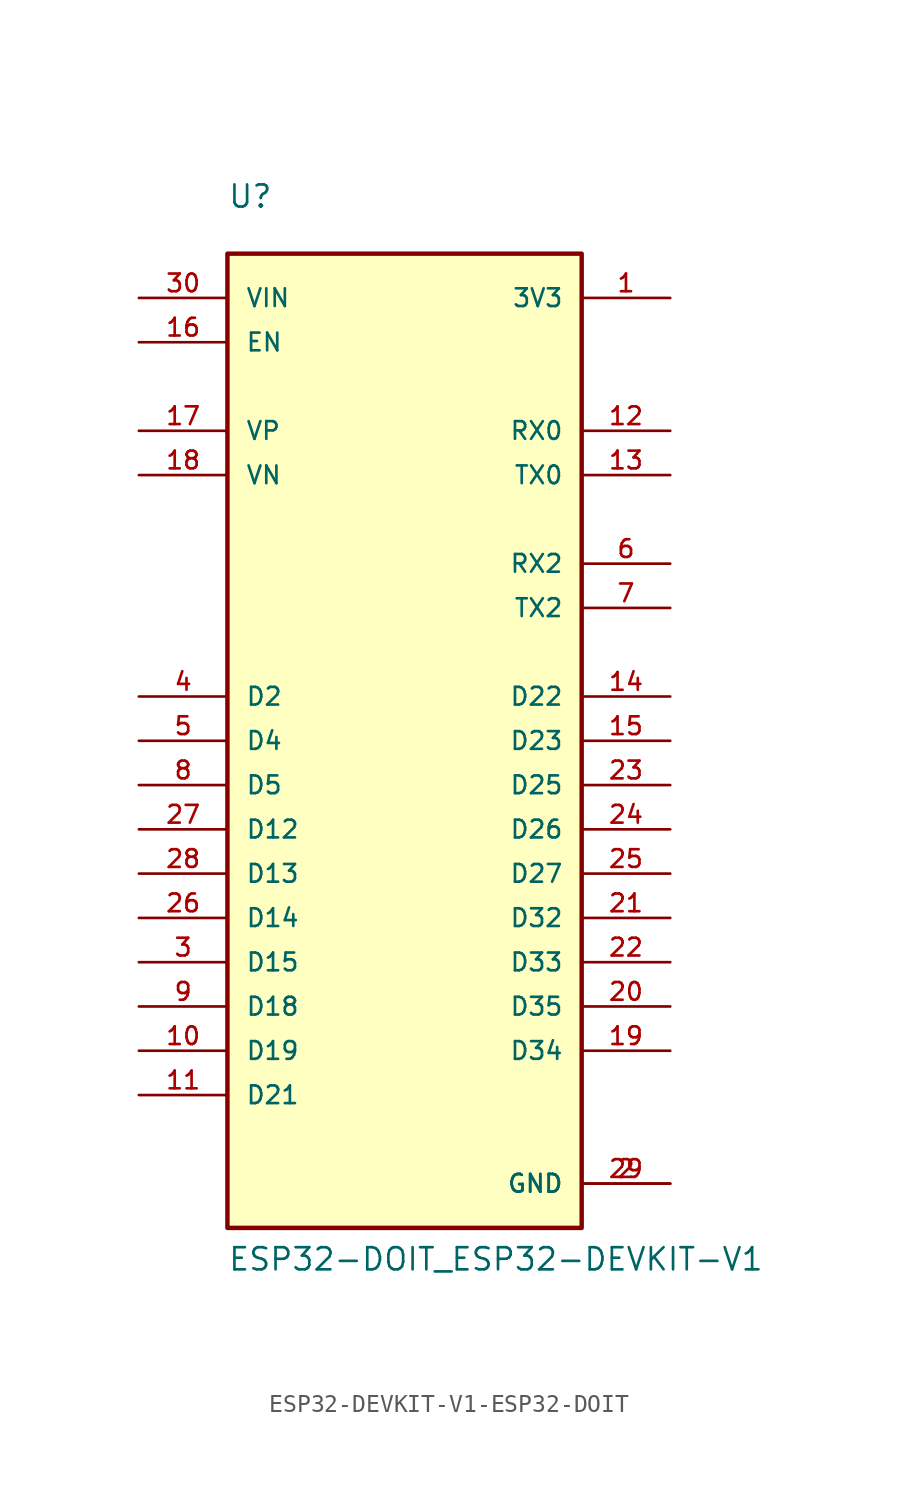
<source format=kicad_sym>
(kicad_symbol_lib
  (version 20231120)
  (generator "kicad_symbol_editor")
  (generator_version "8.0")
  (symbol "ESP32-DEVKIT-V1-ESP32-DOIT"
    (pin_names
      (offset 1.016))
    (property "Reference" "U"
      (at -10.16 30.48 0)
      (effects (font (size 1.27 1.27)) (justify left bottom)))
    (property "Value" "ESP32-DOIT_ESP32-DEVKIT-V1"
      (at -10.16 -30.48 0)
      (effects (font (size 1.27 1.27)) (justify left bottom)))
    (property "ki_locked" ""
      (at 0 0 0)
      (effects (font (size 1.27 1.27))))
    (symbol "ESP32-DEVKIT-V1-ESP32-DOIT_0_0"
      (rectangle (start -10.16 -27.94) (end 10.16 27.94) (stroke (width 0.254) (type solid)) (fill (type background)))
      (pin output line (at 15.24 25.4 180) (length 5.08) (name "3V3" (effects (font (size 1.016 1.016)))) (number "1" (effects (font (size 1.016 1.016)))))
      (pin bidirectional line (at -15.24 -17.78 0) (length 5.08) (name "D19" (effects (font (size 1.016 1.016)))) (number "10" (effects (font (size 1.016 1.016)))))
      (pin bidirectional line (at -15.24 -20.32 0) (length 5.08) (name "D21" (effects (font (size 1.016 1.016)))) (number "11" (effects (font (size 1.016 1.016)))))
      (pin input line (at 15.24 17.78 180) (length 5.08) (name "RX0" (effects (font (size 1.016 1.016)))) (number "12" (effects (font (size 1.016 1.016)))))
      (pin output line (at 15.24 15.24 180) (length 5.08) (name "TX0" (effects (font (size 1.016 1.016)))) (number "13" (effects (font (size 1.016 1.016)))))
      (pin bidirectional line (at 15.24 2.54 180) (length 5.08) (name "D22" (effects (font (size 1.016 1.016)))) (number "14" (effects (font (size 1.016 1.016)))))
      (pin bidirectional line (at 15.24 0 180) (length 5.08) (name "D23" (effects (font (size 1.016 1.016)))) (number "15" (effects (font (size 1.016 1.016)))))
      (pin input line (at -15.24 22.86 0) (length 5.08) (name "EN" (effects (font (size 1.016 1.016)))) (number "16" (effects (font (size 1.016 1.016)))))
      (pin bidirectional line (at -15.24 17.78 0) (length 5.08) (name "VP" (effects (font (size 1.016 1.016)))) (number "17" (effects (font (size 1.016 1.016)))))
      (pin bidirectional line (at -15.24 15.24 0) (length 5.08) (name "VN" (effects (font (size 1.016 1.016)))) (number "18" (effects (font (size 1.016 1.016)))))
      (pin bidirectional line (at 15.24 -17.78 180) (length 5.08) (name "D34" (effects (font (size 1.016 1.016)))) (number "19" (effects (font (size 1.016 1.016)))))
      (pin power_in line (at 15.24 -25.4 180) (length 5.08) (name "GND" (effects (font (size 1.016 1.016)))) (number "2" (effects (font (size 1.016 1.016)))))
      (pin bidirectional line (at 15.24 -15.24 180) (length 5.08) (name "D35" (effects (font (size 1.016 1.016)))) (number "20" (effects (font (size 1.016 1.016)))))
      (pin bidirectional line (at 15.24 -10.16 180) (length 5.08) (name "D32" (effects (font (size 1.016 1.016)))) (number "21" (effects (font (size 1.016 1.016)))))
      (pin bidirectional line (at 15.24 -12.7 180) (length 5.08) (name "D33" (effects (font (size 1.016 1.016)))) (number "22" (effects (font (size 1.016 1.016)))))
      (pin bidirectional line (at 15.24 -2.54 180) (length 5.08) (name "D25" (effects (font (size 1.016 1.016)))) (number "23" (effects (font (size 1.016 1.016)))))
      (pin bidirectional line (at 15.24 -5.08 180) (length 5.08) (name "D26" (effects (font (size 1.016 1.016)))) (number "24" (effects (font (size 1.016 1.016)))))
      (pin bidirectional line (at 15.24 -7.62 180) (length 5.08) (name "D27" (effects (font (size 1.016 1.016)))) (number "25" (effects (font (size 1.016 1.016)))))
      (pin bidirectional line (at -15.24 -10.16 0) (length 5.08) (name "D14" (effects (font (size 1.016 1.016)))) (number "26" (effects (font (size 1.016 1.016)))))
      (pin bidirectional line (at -15.24 -5.08 0) (length 5.08) (name "D12" (effects (font (size 1.016 1.016)))) (number "27" (effects (font (size 1.016 1.016)))))
      (pin bidirectional line (at -15.24 -7.62 0) (length 5.08) (name "D13" (effects (font (size 1.016 1.016)))) (number "28" (effects (font (size 1.016 1.016)))))
      (pin power_in line (at 15.24 -25.4 180) (length 5.08) (name "GND" (effects (font (size 1.016 1.016)))) (number "29" (effects (font (size 1.016 1.016)))))
      (pin bidirectional line (at -15.24 -12.7 0) (length 5.08) (name "D15" (effects (font (size 1.016 1.016)))) (number "3" (effects (font (size 1.016 1.016)))))
      (pin input line (at -15.24 25.4 0) (length 5.08) (name "VIN" (effects (font (size 1.016 1.016)))) (number "30" (effects (font (size 1.016 1.016)))))
      (pin bidirectional line (at -15.24 2.54 0) (length 5.08) (name "D2" (effects (font (size 1.016 1.016)))) (number "4" (effects (font (size 1.016 1.016)))))
      (pin bidirectional line (at -15.24 0 0) (length 5.08) (name "D4" (effects (font (size 1.016 1.016)))) (number "5" (effects (font (size 1.016 1.016)))))
      (pin input line (at 15.24 10.16 180) (length 5.08) (name "RX2" (effects (font (size 1.016 1.016)))) (number "6" (effects (font (size 1.016 1.016)))))
      (pin output line (at 15.24 7.62 180) (length 5.08) (name "TX2" (effects (font (size 1.016 1.016)))) (number "7" (effects (font (size 1.016 1.016)))))
      (pin bidirectional line (at -15.24 -2.54 0) (length 5.08) (name "D5" (effects (font (size 1.016 1.016)))) (number "8" (effects (font (size 1.016 1.016)))))
      (pin bidirectional line (at -15.24 -15.24 0) (length 5.08) (name "D18" (effects (font (size 1.016 1.016)))) (number "9" (effects (font (size 1.016 1.016))))))))
</source>
